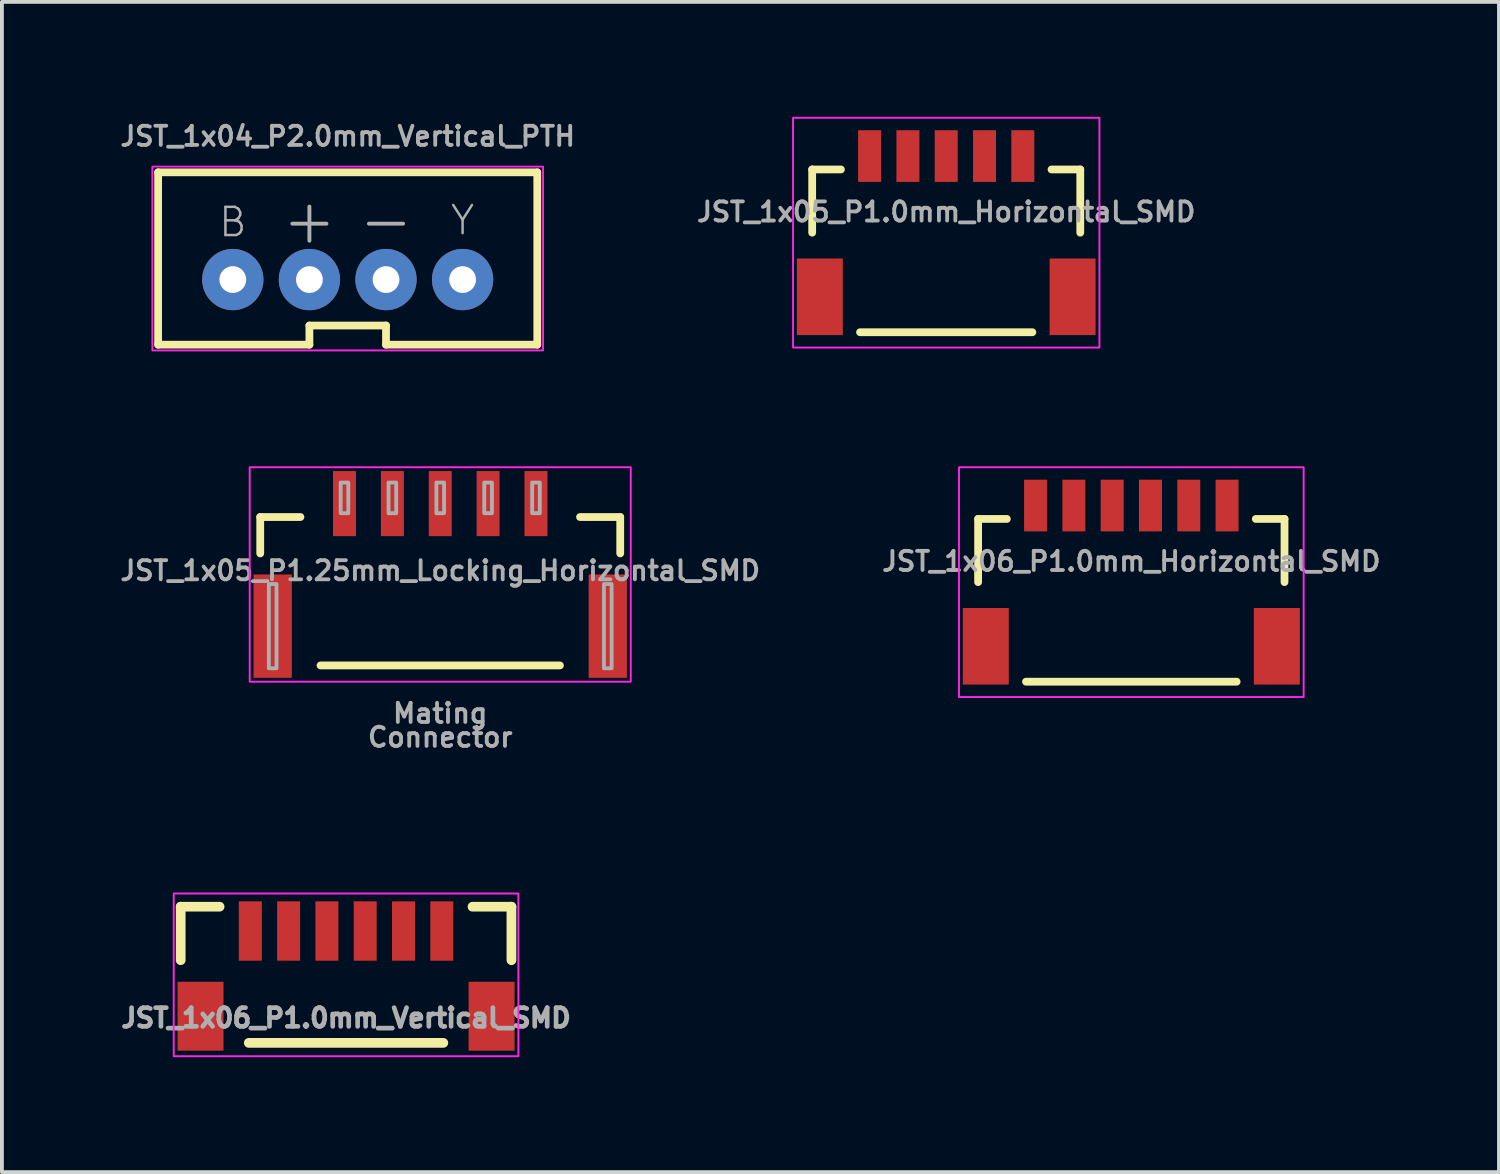
<source format=kicad_pcb>
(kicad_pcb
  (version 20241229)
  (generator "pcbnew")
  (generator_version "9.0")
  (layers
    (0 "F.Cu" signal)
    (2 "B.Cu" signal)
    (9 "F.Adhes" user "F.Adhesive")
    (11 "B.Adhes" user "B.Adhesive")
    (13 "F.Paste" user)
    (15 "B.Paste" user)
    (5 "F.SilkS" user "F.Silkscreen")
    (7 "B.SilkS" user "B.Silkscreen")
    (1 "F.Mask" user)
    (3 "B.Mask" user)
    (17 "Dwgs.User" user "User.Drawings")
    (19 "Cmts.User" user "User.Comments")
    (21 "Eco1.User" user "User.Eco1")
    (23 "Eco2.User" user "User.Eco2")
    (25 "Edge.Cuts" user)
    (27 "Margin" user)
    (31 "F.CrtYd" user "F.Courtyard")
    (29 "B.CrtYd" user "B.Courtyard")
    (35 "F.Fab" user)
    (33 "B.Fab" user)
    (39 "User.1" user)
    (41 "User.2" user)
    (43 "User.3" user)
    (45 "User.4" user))
  (footprint "JST_1x05_P1.0mm_Horizontal_SMD"
    (layer "F.Cu")
    (at 21.657 1.025)
    (property "Reference" "JST_1x05_P1.0mm_Horizontal_SMD" (at 0 1.75 0) (layer "F.Fab") (effects (font (size 0.5 0.5) (thickness 0.1)) (justify bottom)))
    (attr smd)
    (fp_line (start -3.5 0.35) (end -2.75 0.35) (stroke (width 0.203) (type solid)) (layer "F.SilkS"))
    (fp_line (start -3.5 2) (end -3.5 0.35) (stroke (width 0.203) (type solid)) (layer "F.SilkS"))
    (fp_line (start -2.25 4.6) (end 2.25 4.6) (stroke (width 0.203) (type solid)) (layer "F.SilkS"))
    (fp_line (start 2.75 0.35) (end 3.5 0.35) (stroke (width 0.203) (type solid)) (layer "F.SilkS"))
    (fp_line (start 3.5 0.35) (end 3.5 2) (stroke (width 0.203) (type solid)) (layer "F.SilkS"))
    (fp_rect (start 4 5) (end -4 -1) (stroke (width 0.05) (type default)) (fill no) (layer "F.CrtYd"))
    (pad "1" smd rect (at -2 0) (size 0.6 1.35) (layers "F.Cu" "F.Mask" "F.Paste"))
    (pad "2" smd rect (at -1 0) (size 0.6 1.35) (layers "F.Cu" "F.Mask" "F.Paste"))
    (pad "3" smd rect (at 0 0) (size 0.6 1.35) (layers "F.Cu" "F.Mask" "F.Paste"))
    (pad "4" smd rect (at 1 0) (size 0.6 1.35) (layers "F.Cu" "F.Mask" "F.Paste"))
    (pad "5" smd rect (at 2 0) (size 0.6 1.35) (layers "F.Cu" "F.Mask" "F.Paste"))
    (pad "NC1" smd rect (at 3.3 3.675) (size 1.2 2) (layers "F.Cu" "F.Mask" "F.Paste"))
    (pad "NC2" smd rect (at -3.3 3.675) (size 1.2 2) (layers "F.Cu" "F.Mask" "F.Paste")))
  (footprint "JST_1x06_P1.0mm_Vertical_SMD"
    (layer "F.Cu")
    (at 5.986 22.53)
    (property "Reference" "JST_1x06_P1.0mm_Vertical_SMD" (at 0 1 0) (layer "F.Fab") (effects (font (size 0.488 0.488) (thickness 0.122))))
    (fp_line (start -4.318 -1.905) (end -3.302 -1.905) (stroke (width 0.254) (type solid)) (layer "F.SilkS"))
    (fp_line (start -4.318 -0.508) (end -4.318 -1.905) (stroke (width 0.254) (type solid)) (layer "F.SilkS"))
    (fp_line (start -2.54 1.651) (end 2.54 1.651) (stroke (width 0.254) (type solid)) (layer "F.SilkS"))
    (fp_line (start 3.302 -1.905) (end 4.318 -1.905) (stroke (width 0.254) (type solid)) (layer "F.SilkS"))
    (fp_line (start 4.318 -1.905) (end 4.318 -0.508) (stroke (width 0.254) (type solid)) (layer "F.SilkS"))
    (fp_rect (start 4.5 2) (end -4.5 -2.25) (stroke (width 0.05) (type default)) (fill no) (layer "F.CrtYd"))
    (pad "1" smd rect (at -2.5 -1.27) (size 0.6 1.55) (layers "F.Cu" "F.Mask" "F.Paste"))
    (pad "2" smd rect (at -1.5 -1.27) (size 0.6 1.55) (layers "F.Cu" "F.Mask" "F.Paste"))
    (pad "3" smd rect (at -0.5 -1.27) (size 0.6 1.55) (layers "F.Cu" "F.Mask" "F.Paste"))
    (pad "4" smd rect (at 0.5 -1.27) (size 0.6 1.55) (layers "F.Cu" "F.Mask" "F.Paste"))
    (pad "5" smd rect (at 1.5 -1.27) (size 0.6 1.55) (layers "F.Cu" "F.Mask" "F.Paste"))
    (pad "6" smd rect (at 2.5 -1.27) (size 0.6 1.55) (layers "F.Cu" "F.Mask" "F.Paste"))
    (pad "NC1" smd rect (at -3.8 0.955) (size 1.2 1.8) (layers "F.Cu" "F.Mask" "F.Paste"))
    (pad "NC2" smd rect (at 3.8 0.955) (size 1.2 1.8) (layers "F.Cu" "F.Mask" "F.Paste")))
  (footprint "JST_1x04_P2.0mm_Vertical_PTH"
    (layer "F.Cu")
    (at 6.029 3.7)
    (property "Reference" "JST_1x04_P2.0mm_Vertical_PTH" (at 0 -2.9 0) (layer "F.Fab") (effects (font (size 0.5 0.5) (thickness 0.1) (bold yes)) (justify bottom)))
    (attr through_hole)
    (fp_line (start -4.95 -2.25) (end 4.95 -2.25) (stroke (width 0.203) (type solid)) (layer "F.SilkS"))
    (fp_line (start -4.95 2.25) (end -4.95 -2.25) (stroke (width 0.203) (type solid)) (layer "F.SilkS"))
    (fp_line (start -1 1.75) (end -1 2.25) (stroke (width 0.203) (type solid)) (layer "F.SilkS"))
    (fp_line (start -1 1.75) (end 1 1.75) (stroke (width 0.203) (type solid)) (layer "F.SilkS"))
    (fp_line (start -1 2.25) (end -4.95 2.25) (stroke (width 0.203) (type solid)) (layer "F.SilkS"))
    (fp_line (start 1 1.75) (end 1 2.25) (stroke (width 0.203) (type solid)) (layer "F.SilkS"))
    (fp_line (start 4.95 -2.25) (end 4.95 2.25) (stroke (width 0.203) (type solid)) (layer "F.SilkS"))
    (fp_line (start 4.95 2.25) (end 1 2.25) (stroke (width 0.203) (type solid)) (layer "F.SilkS"))
    (fp_rect (start 5.1 -2.4) (end -5.1 2.4) (stroke (width 0.05) (type default)) (fill no) (layer "F.CrtYd"))
    (fp_text user "Y" (at 3 -1 0) (layer "F.Fab") (effects (font (size 0.736 0.736) (thickness 0.064))))
    (fp_text user "B" (at -3 -0.95 0) (layer "F.Fab") (effects (font (size 0.736 0.736) (thickness 0.064))))
    (fp_text user "+" (at -1 -1 0) (layer "F.Fab") (effects (font (size 1.168 1.168) (thickness 0.102))))
    (fp_text user "-" (at 1 -1 0) (layer "F.Fab") (effects (font (size 1.168 1.168) (thickness 0.102))))
    (pad "1" thru_hole circle (at -3 0.55) (size 1.6 1.6) (drill 0.7) (layers "*.Cu" "*.Mask"))
    (pad "2" thru_hole circle (at -1 0.55) (size 1.6 1.6) (drill 0.7) (layers "*.Cu" "*.Mask"))
    (pad "3" thru_hole circle (at 1 0.55) (size 1.6 1.6) (drill 0.7) (layers "*.Cu" "*.Mask"))
    (pad "4" thru_hole circle (at 3 0.55) (size 1.6 1.6) (drill 0.7) (layers "*.Cu" "*.Mask")))
  (footprint "JST_1x05_P1.25mm_Locking_Horizontal_SMD"
    (layer "F.Cu")
    (at 8.445 11.85)
    (property "Reference" "JST_1x05_P1.25mm_Locking_Horizontal_SMD" (at 0 0 0) (layer "F.Fab") (effects (font (size 0.5 0.5) (thickness 0.1))))
    (attr smd)
    (fp_line (start -4.7 -1.4) (end -3.65 -1.4) (stroke (width 0.203) (type solid)) (layer "F.SilkS"))
    (fp_line (start -4.7 -0.45) (end -4.7 -1.4) (stroke (width 0.203) (type solid)) (layer "F.SilkS"))
    (fp_line (start -3.125 2.475) (end 3.125 2.475) (stroke (width 0.203) (type solid)) (layer "F.SilkS"))
    (fp_line (start 3.65 -1.4) (end 4.7 -1.4) (stroke (width 0.203) (type solid)) (layer "F.SilkS"))
    (fp_line (start 4.7 -0.45) (end 4.7 -1.4) (stroke (width 0.203) (type solid)) (layer "F.SilkS"))
    (fp_rect (start 4.975 2.9) (end -4.975 -2.7) (stroke (width 0.05) (type default)) (fill no) (layer "F.CrtYd"))
    (fp_poly (pts (xy -4.475 2.55) (xy -4.275 2.55) (xy -4.275 0.35) (xy -4.475 0.35)) (stroke (width 0.1) (type default)) (fill no) (layer "F.Fab"))
    (fp_poly (pts (xy -2.6 -1.5) (xy -2.4 -1.5) (xy -2.4 -2.3) (xy -2.6 -2.3)) (stroke (width 0.1) (type default)) (fill no) (layer "F.Fab"))
    (fp_poly (pts (xy -1.35 -1.5) (xy -1.15 -1.5) (xy -1.15 -2.3) (xy -1.35 -2.3)) (stroke (width 0.1) (type default)) (fill no) (layer "F.Fab"))
    (fp_poly (pts (xy -0.1 -1.5) (xy 0.1 -1.5) (xy 0.1 -2.3) (xy -0.1 -2.3)) (stroke (width 0.1) (type default)) (fill no) (layer "F.Fab"))
    (fp_poly (pts (xy 1.15 -1.5) (xy 1.35 -1.5) (xy 1.35 -2.3) (xy 1.15 -2.3)) (stroke (width 0.1) (type default)) (fill no) (layer "F.Fab"))
    (fp_poly (pts (xy 2.4 -1.5) (xy 2.6 -1.5) (xy 2.6 -2.3) (xy 2.4 -2.3)) (stroke (width 0.1) (type default)) (fill no) (layer "F.Fab"))
    (fp_poly (pts (xy 4.275 2.55) (xy 4.475 2.55) (xy 4.475 0.35) (xy 4.275 0.35)) (stroke (width 0.1) (type default)) (fill no) (layer "F.Fab"))
    (fp_rect (start -4.75 -1.5) (end 4.75 2.55) (stroke (width 0.01) (type default)) (fill no) (layer "User.1"))
    (fp_rect (start -3.75 -0.3) (end 3.75 5.4) (stroke (width 0.01) (type default)) (fill no) (layer "User.1"))
    (fp_text user "Connector" (at 0 4.35 0) (unlocked yes) (layer "F.Fab") (effects (font (size 0.5 0.5) (thickness 0.1) (bold yes))))
    (fp_text user "Mating" (at 0 3.725 0) (unlocked yes) (layer "F.Fab") (effects (font (size 0.5 0.5) (thickness 0.1) (bold yes))))
    (pad "1" smd rect (at -2.5 -1.75) (size 0.6 1.7) (layers "F.Cu" "F.Mask" "F.Paste"))
    (pad "2" smd rect (at -1.25 -1.75) (size 0.6 1.7) (layers "F.Cu" "F.Mask" "F.Paste"))
    (pad "3" smd rect (at 0 -1.75) (size 0.6 1.7) (layers "F.Cu" "F.Mask" "F.Paste"))
    (pad "4" smd rect (at 1.25 -1.75) (size 0.6 1.7) (layers "F.Cu" "F.Mask" "F.Paste"))
    (pad "5" smd rect (at 2.5 -1.75) (size 0.6 1.7) (layers "F.Cu" "F.Mask" "F.Paste"))
    (pad "NC1" smd rect (at -4.375 1.45) (size 1 2.7) (layers "F.Cu" "F.Mask" "F.Paste"))
    (pad "NC2" smd rect (at 4.375 1.45) (size 1 2.7) (layers "F.Cu" "F.Mask" "F.Paste")))
  (footprint "JST_1x06_P1.0mm_Horizontal_SMD"
    (layer "F.Cu")
    (at 26.49 10.15)
    (property "Reference" "JST_1x06_P1.0mm_Horizontal_SMD" (at 0 1.75 0) (layer "F.Fab") (effects (font (size 0.5 0.5) (thickness 0.1)) (justify bottom)))
    (attr smd)
    (fp_line (start -4 0.35) (end -3.25 0.35) (stroke (width 0.203) (type solid)) (layer "F.SilkS"))
    (fp_line (start -4 2) (end -4 0.35) (stroke (width 0.203) (type solid)) (layer "F.SilkS"))
    (fp_line (start -2.75 4.6) (end 2.75 4.6) (stroke (width 0.203) (type solid)) (layer "F.SilkS"))
    (fp_line (start 3.25 0.35) (end 4 0.35) (stroke (width 0.203) (type solid)) (layer "F.SilkS"))
    (fp_line (start 4 0.35) (end 4 2) (stroke (width 0.203) (type solid)) (layer "F.SilkS"))
    (fp_rect (start 4.5 5) (end -4.5 -1) (stroke (width 0.05) (type default)) (fill no) (layer "F.CrtYd"))
    (pad "1" smd rect (at -2.5 0) (size 0.6 1.35) (layers "F.Cu" "F.Mask" "F.Paste"))
    (pad "2" smd rect (at -1.5 0) (size 0.6 1.35) (layers "F.Cu" "F.Mask" "F.Paste"))
    (pad "3" smd rect (at -0.5 0) (size 0.6 1.35) (layers "F.Cu" "F.Mask" "F.Paste"))
    (pad "4" smd rect (at 0.5 0) (size 0.6 1.35) (layers "F.Cu" "F.Mask" "F.Paste"))
    (pad "5" smd rect (at 1.5 0) (size 0.6 1.35) (layers "F.Cu" "F.Mask" "F.Paste"))
    (pad "6" smd rect (at 2.5 0) (size 0.6 1.35) (layers "F.Cu" "F.Mask" "F.Paste"))
    (pad "NC1" smd rect (at 3.8 3.675) (size 1.2 2) (layers "F.Cu" "F.Mask" "F.Paste"))
    (pad "NC2" smd rect (at -3.8 3.675) (size 1.2 2) (layers "F.Cu" "F.Mask" "F.Paste")))
  (gr_rect
    (start -3 -3)
    (end 36.09 27.555)
    (stroke (width 0.1) (type default))
    (fill no)
    (layer "Edge.Cuts")))
</source>
